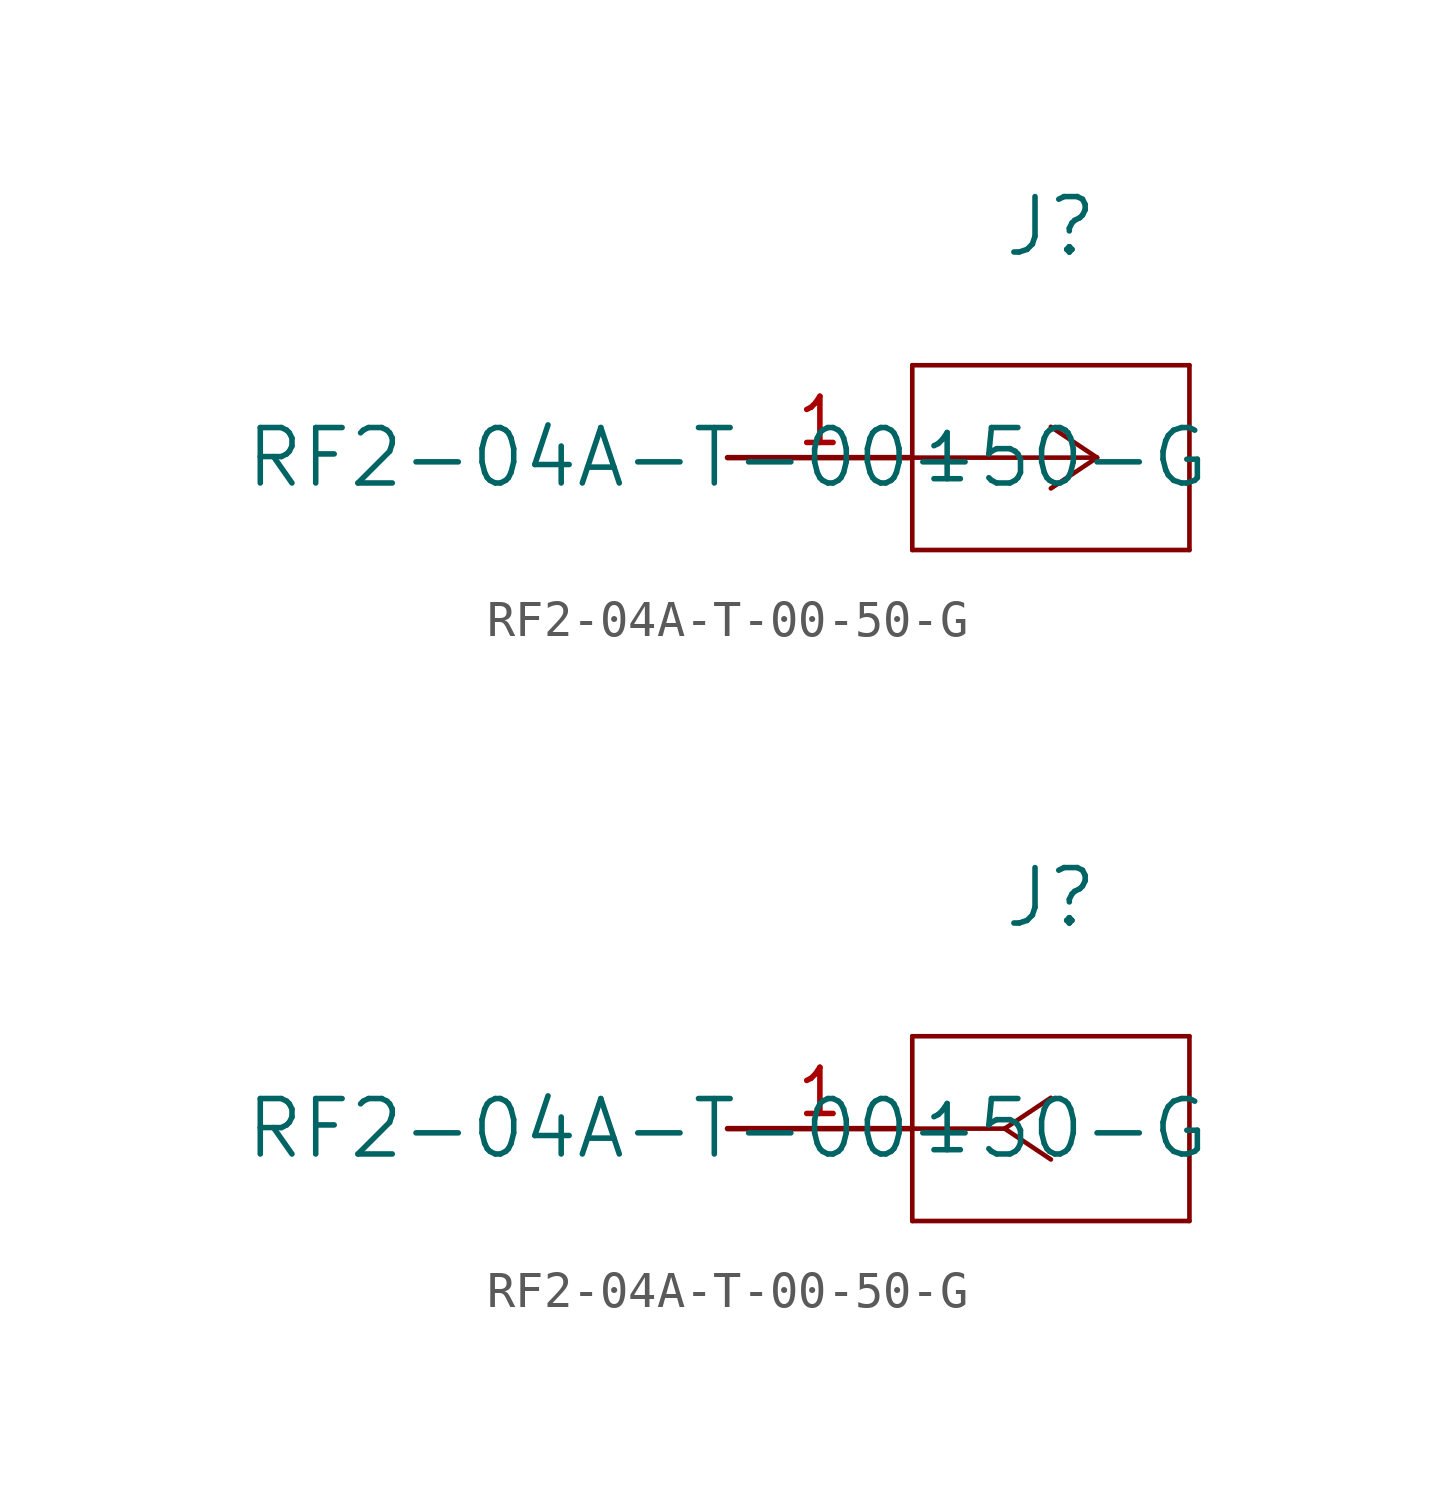
<source format=kicad_sym>
(kicad_symbol_lib
  (version 20211014)
  (generator kicad_symbol_editor)
  (symbol "RF2-04A-T-00-50-G"
    (pin_names
      (offset 0.254))
    (property "Reference" "J"
      (at 8.89 6.35 0)
      (effects (font (size 1.524 1.524))))
    (property "Value" "RF2-04A-T-00-50-G"
      (at 0 0 0)
      (effects (font (size 1.524 1.524))))
    (symbol "RF2-04A-T-00-50-G_1_1"
      (polyline (pts (xy 10.16 0) (xy 5.08 0)) (stroke (width 0.127) (type default) (color 0 0 0 0)) (fill (type none)))
      (polyline (pts (xy 10.16 0) (xy 8.89 0.847)) (stroke (width 0.127) (type default) (color 0 0 0 0)) (fill (type none)))
      (polyline (pts (xy 10.16 0) (xy 8.89 -0.847)) (stroke (width 0.127) (type default) (color 0 0 0 0)) (fill (type none)))
      (polyline (pts (xy 5.08 2.54) (xy 5.08 -2.54)) (stroke (width 0.127) (type default) (color 0 0 0 0)) (fill (type none)))
      (polyline (pts (xy 5.08 -2.54) (xy 12.7 -2.54)) (stroke (width 0.127) (type default) (color 0 0 0 0)) (fill (type none)))
      (polyline (pts (xy 12.7 -2.54) (xy 12.7 2.54)) (stroke (width 0.127) (type default) (color 0 0 0 0)) (fill (type none)))
      (polyline (pts (xy 12.7 2.54) (xy 5.08 2.54)) (stroke (width 0.127) (type default) (color 0 0 0 0)) (fill (type none)))
      (pin unspecified line (at 0 0 0) (length 5.08) (name "1" (effects (font (size 1.27 1.27)))) (number "1" (effects (font (size 1.27 1.27))))))
    (symbol "RF2-04A-T-00-50-G_1_2"
      (polyline (pts (xy 7.62 0) (xy 5.08 0)) (stroke (width 0.127) (type default) (color 0 0 0 0)) (fill (type none)))
      (polyline (pts (xy 7.62 0) (xy 8.89 0.847)) (stroke (width 0.127) (type default) (color 0 0 0 0)) (fill (type none)))
      (polyline (pts (xy 7.62 0) (xy 8.89 -0.847)) (stroke (width 0.127) (type default) (color 0 0 0 0)) (fill (type none)))
      (polyline (pts (xy 5.08 2.54) (xy 5.08 -2.54)) (stroke (width 0.127) (type default) (color 0 0 0 0)) (fill (type none)))
      (polyline (pts (xy 5.08 -2.54) (xy 12.7 -2.54)) (stroke (width 0.127) (type default) (color 0 0 0 0)) (fill (type none)))
      (polyline (pts (xy 12.7 -2.54) (xy 12.7 2.54)) (stroke (width 0.127) (type default) (color 0 0 0 0)) (fill (type none)))
      (polyline (pts (xy 12.7 2.54) (xy 5.08 2.54)) (stroke (width 0.127) (type default) (color 0 0 0 0)) (fill (type none)))
      (pin unspecified line (at 0 0 0) (length 5.08) (name "1" (effects (font (size 1.27 1.27)))) (number "1" (effects (font (size 1.27 1.27))))))))
</source>
